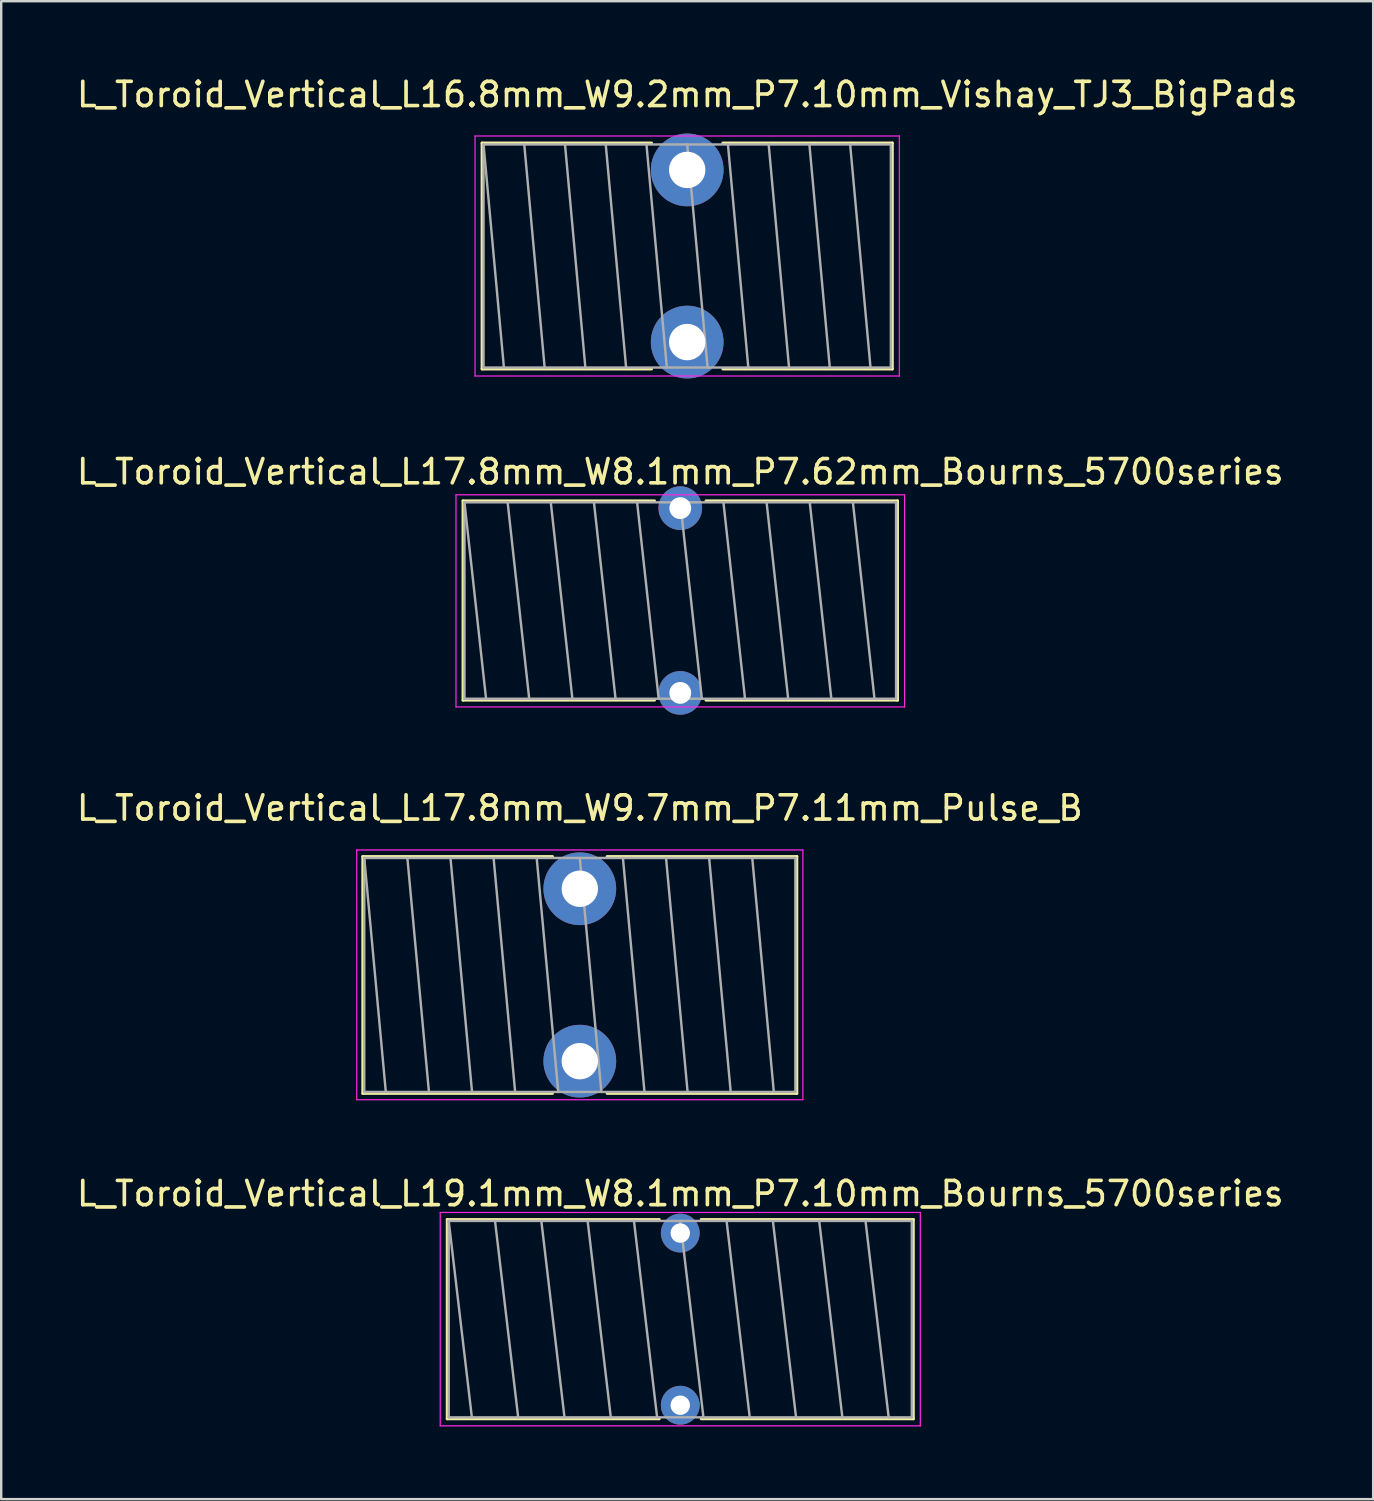
<source format=kicad_pcb>
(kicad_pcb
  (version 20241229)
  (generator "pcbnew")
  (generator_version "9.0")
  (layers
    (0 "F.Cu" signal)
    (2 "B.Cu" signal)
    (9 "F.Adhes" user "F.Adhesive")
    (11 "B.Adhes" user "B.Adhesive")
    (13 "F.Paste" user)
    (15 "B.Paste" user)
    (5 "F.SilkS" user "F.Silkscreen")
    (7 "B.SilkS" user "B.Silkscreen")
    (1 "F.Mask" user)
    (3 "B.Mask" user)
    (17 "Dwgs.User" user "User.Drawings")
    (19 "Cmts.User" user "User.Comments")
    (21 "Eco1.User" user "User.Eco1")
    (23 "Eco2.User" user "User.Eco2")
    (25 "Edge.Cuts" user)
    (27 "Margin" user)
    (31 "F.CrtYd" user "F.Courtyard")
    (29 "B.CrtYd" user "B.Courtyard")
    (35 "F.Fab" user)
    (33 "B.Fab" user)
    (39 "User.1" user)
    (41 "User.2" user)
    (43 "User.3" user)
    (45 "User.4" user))
  (footprint "L_Toroid_Vertical_L17.8mm_W9.7mm_P7.11mm_Pulse_B"
    (layer "F.Cu")
    (at 20.863 33.605)
    (property "Reference" "L_Toroid_Vertical_L17.8mm_W9.7mm_P7.11mm_Pulse_B" (at 0 -3.33 0) (layer "F.SilkS") (effects (font (size 1 1) (thickness 0.15))))
    (attr through_hole)
    (fp_line (start -8.95 -1.33) (end -8.95 8.44) (stroke (width 0.12) (type solid)) (layer "F.SilkS"))
    (fp_line (start -8.95 -1.33) (end -1.127 -1.33) (stroke (width 0.12) (type solid)) (layer "F.SilkS"))
    (fp_line (start -8.95 8.44) (end -1.127 8.44) (stroke (width 0.12) (type solid)) (layer "F.SilkS"))
    (fp_line (start 1.127 -1.33) (end 8.95 -1.33) (stroke (width 0.12) (type solid)) (layer "F.SilkS"))
    (fp_line (start 1.127 8.44) (end 8.95 8.44) (stroke (width 0.12) (type solid)) (layer "F.SilkS"))
    (fp_line (start 8.95 -1.33) (end 8.95 8.44) (stroke (width 0.12) (type solid)) (layer "F.SilkS"))
    (fp_line (start -9.2 -1.6) (end -9.2 8.7) (stroke (width 0.05) (type solid)) (layer "F.CrtYd"))
    (fp_line (start -9.2 8.7) (end 9.2 8.7) (stroke (width 0.05) (type solid)) (layer "F.CrtYd"))
    (fp_line (start 9.2 -1.6) (end -9.2 -1.6) (stroke (width 0.05) (type solid)) (layer "F.CrtYd"))
    (fp_line (start 9.2 8.7) (end 9.2 -1.6) (stroke (width 0.05) (type solid)) (layer "F.CrtYd"))
    (fp_line (start -8.89 -1.27) (end -8.89 8.38) (stroke (width 0.1) (type solid)) (layer "F.Fab"))
    (fp_line (start -8.89 -1.27) (end -8.001 8.38) (stroke (width 0.1) (type solid)) (layer "F.Fab"))
    (fp_line (start -8.89 8.38) (end 8.89 8.38) (stroke (width 0.1) (type solid)) (layer "F.Fab"))
    (fp_line (start -7.112 -1.27) (end -6.223 8.38) (stroke (width 0.1) (type solid)) (layer "F.Fab"))
    (fp_line (start -5.334 -1.27) (end -4.445 8.38) (stroke (width 0.1) (type solid)) (layer "F.Fab"))
    (fp_line (start -3.556 -1.27) (end -2.667 8.38) (stroke (width 0.1) (type solid)) (layer "F.Fab"))
    (fp_line (start -1.778 -1.27) (end -0.889 8.38) (stroke (width 0.1) (type solid)) (layer "F.Fab"))
    (fp_line (start 0 -1.27) (end 0.889 8.38) (stroke (width 0.1) (type solid)) (layer "F.Fab"))
    (fp_line (start 1.778 -1.27) (end 2.667 8.38) (stroke (width 0.1) (type solid)) (layer "F.Fab"))
    (fp_line (start 3.556 -1.27) (end 4.445 8.38) (stroke (width 0.1) (type solid)) (layer "F.Fab"))
    (fp_line (start 5.334 -1.27) (end 6.223 8.38) (stroke (width 0.1) (type solid)) (layer "F.Fab"))
    (fp_line (start 7.112 -1.27) (end 8.001 8.38) (stroke (width 0.1) (type solid)) (layer "F.Fab"))
    (fp_line (start 8.89 -1.27) (end -8.89 -1.27) (stroke (width 0.1) (type solid)) (layer "F.Fab"))
    (fp_line (start 8.89 8.38) (end 8.89 -1.27) (stroke (width 0.1) (type solid)) (layer "F.Fab"))
    (pad "1" thru_hole circle (at 0 0) (size 3 3) (drill 1.5) (layers "*.Cu" "*.Mask"))
    (pad "2" thru_hole circle (at 0 7.11) (size 3 3) (drill 1.5) (layers "*.Cu" "*.Mask")))
  (footprint "L_Toroid_Vertical_L19.1mm_W8.1mm_P7.10mm_Bourns_5700series"
    (layer "F.Cu")
    (at 25.006 47.805)
    (property "Reference" "L_Toroid_Vertical_L19.1mm_W8.1mm_P7.10mm_Bourns_5700series" (at 0 -1.627 0) (layer "F.SilkS") (effects (font (size 1 1) (thickness 0.15))))
    (attr through_hole)
    (fp_line (start -9.611 -0.56) (end -9.611 7.66) (stroke (width 0.12) (type solid)) (layer "F.SilkS"))
    (fp_line (start -9.611 -0.56) (end -0.864 -0.56) (stroke (width 0.12) (type solid)) (layer "F.SilkS"))
    (fp_line (start -9.611 7.66) (end -0.864 7.66) (stroke (width 0.12) (type solid)) (layer "F.SilkS"))
    (fp_line (start 0.864 -0.56) (end 9.611 -0.56) (stroke (width 0.12) (type solid)) (layer "F.SilkS"))
    (fp_line (start 0.864 7.66) (end 9.611 7.66) (stroke (width 0.12) (type solid)) (layer "F.SilkS"))
    (fp_line (start 9.611 -0.56) (end 9.611 7.66) (stroke (width 0.12) (type solid)) (layer "F.SilkS"))
    (fp_line (start -9.9 -0.85) (end -9.9 7.95) (stroke (width 0.05) (type solid)) (layer "F.CrtYd"))
    (fp_line (start -9.9 7.95) (end 9.9 7.95) (stroke (width 0.05) (type solid)) (layer "F.CrtYd"))
    (fp_line (start 9.9 -0.85) (end -9.9 -0.85) (stroke (width 0.05) (type solid)) (layer "F.CrtYd"))
    (fp_line (start 9.9 7.95) (end 9.9 -0.85) (stroke (width 0.05) (type solid)) (layer "F.CrtYd"))
    (fp_line (start -9.55 -0.5) (end -9.55 7.6) (stroke (width 0.1) (type solid)) (layer "F.Fab"))
    (fp_line (start -9.55 -0.5) (end -8.595 7.6) (stroke (width 0.1) (type solid)) (layer "F.Fab"))
    (fp_line (start -9.55 7.6) (end 9.55 7.6) (stroke (width 0.1) (type solid)) (layer "F.Fab"))
    (fp_line (start -7.64 -0.5) (end -6.685 7.6) (stroke (width 0.1) (type solid)) (layer "F.Fab"))
    (fp_line (start -5.73 -0.5) (end -4.775 7.6) (stroke (width 0.1) (type solid)) (layer "F.Fab"))
    (fp_line (start -3.82 -0.5) (end -2.865 7.6) (stroke (width 0.1) (type solid)) (layer "F.Fab"))
    (fp_line (start -1.91 -0.5) (end -0.955 7.6) (stroke (width 0.1) (type solid)) (layer "F.Fab"))
    (fp_line (start 0 -0.5) (end 0.955 7.6) (stroke (width 0.1) (type solid)) (layer "F.Fab"))
    (fp_line (start 1.91 -0.5) (end 2.865 7.6) (stroke (width 0.1) (type solid)) (layer "F.Fab"))
    (fp_line (start 3.82 -0.5) (end 4.775 7.6) (stroke (width 0.1) (type solid)) (layer "F.Fab"))
    (fp_line (start 5.73 -0.5) (end 6.685 7.6) (stroke (width 0.1) (type solid)) (layer "F.Fab"))
    (fp_line (start 7.64 -0.5) (end 8.595 7.6) (stroke (width 0.1) (type solid)) (layer "F.Fab"))
    (fp_line (start 9.55 -0.5) (end -9.55 -0.5) (stroke (width 0.1) (type solid)) (layer "F.Fab"))
    (fp_line (start 9.55 7.6) (end 9.55 -0.5) (stroke (width 0.1) (type solid)) (layer "F.Fab"))
    (pad "1" thru_hole circle (at 0 0) (size 1.6 1.6) (drill 0.8) (layers "*.Cu" "*.Mask"))
    (pad "2" thru_hole circle (at 0 7.1) (size 1.6 1.6) (drill 0.8) (layers "*.Cu" "*.Mask")))
  (footprint "L_Toroid_Vertical_L17.8mm_W8.1mm_P7.62mm_Bourns_5700series"
    (layer "F.Cu")
    (at 25.006 17.907)
    (property "Reference" "L_Toroid_Vertical_L17.8mm_W8.1mm_P7.62mm_Bourns_5700series" (at 0 -1.5 0) (layer "F.SilkS") (effects (font (size 1 1) (thickness 0.15))))
    (attr through_hole)
    (fp_line (start -8.96 -0.3) (end -8.96 7.92) (stroke (width 0.12) (type solid)) (layer "F.SilkS"))
    (fp_line (start -8.96 -0.3) (end -1.061 -0.3) (stroke (width 0.12) (type solid)) (layer "F.SilkS"))
    (fp_line (start -8.96 7.92) (end -1.061 7.92) (stroke (width 0.12) (type solid)) (layer "F.SilkS"))
    (fp_line (start 1.061 -0.3) (end 8.96 -0.3) (stroke (width 0.12) (type solid)) (layer "F.SilkS"))
    (fp_line (start 1.061 7.92) (end 8.96 7.92) (stroke (width 0.12) (type solid)) (layer "F.SilkS"))
    (fp_line (start 8.96 -0.3) (end 8.96 7.92) (stroke (width 0.12) (type solid)) (layer "F.SilkS"))
    (fp_line (start -9.25 -0.55) (end -9.25 8.2) (stroke (width 0.05) (type solid)) (layer "F.CrtYd"))
    (fp_line (start -9.25 8.2) (end 9.25 8.2) (stroke (width 0.05) (type solid)) (layer "F.CrtYd"))
    (fp_line (start 9.25 -0.55) (end -9.25 -0.55) (stroke (width 0.05) (type solid)) (layer "F.CrtYd"))
    (fp_line (start 9.25 8.2) (end 9.25 -0.55) (stroke (width 0.05) (type solid)) (layer "F.CrtYd"))
    (fp_line (start -8.9 -0.24) (end -8.9 7.86) (stroke (width 0.1) (type solid)) (layer "F.Fab"))
    (fp_line (start -8.9 -0.24) (end -8.01 7.86) (stroke (width 0.1) (type solid)) (layer "F.Fab"))
    (fp_line (start -8.9 7.86) (end 8.9 7.86) (stroke (width 0.1) (type solid)) (layer "F.Fab"))
    (fp_line (start -7.12 -0.24) (end -6.23 7.86) (stroke (width 0.1) (type solid)) (layer "F.Fab"))
    (fp_line (start -5.34 -0.24) (end -4.45 7.86) (stroke (width 0.1) (type solid)) (layer "F.Fab"))
    (fp_line (start -3.56 -0.24) (end -2.67 7.86) (stroke (width 0.1) (type solid)) (layer "F.Fab"))
    (fp_line (start -1.78 -0.24) (end -0.89 7.86) (stroke (width 0.1) (type solid)) (layer "F.Fab"))
    (fp_line (start 0 -0.24) (end 0.89 7.86) (stroke (width 0.1) (type solid)) (layer "F.Fab"))
    (fp_line (start 1.78 -0.24) (end 2.67 7.86) (stroke (width 0.1) (type solid)) (layer "F.Fab"))
    (fp_line (start 3.56 -0.24) (end 4.45 7.86) (stroke (width 0.1) (type solid)) (layer "F.Fab"))
    (fp_line (start 5.34 -0.24) (end 6.23 7.86) (stroke (width 0.1) (type solid)) (layer "F.Fab"))
    (fp_line (start 7.12 -0.24) (end 8.01 7.86) (stroke (width 0.1) (type solid)) (layer "F.Fab"))
    (fp_line (start 8.9 -0.24) (end -8.9 -0.24) (stroke (width 0.1) (type solid)) (layer "F.Fab"))
    (fp_line (start 8.9 7.86) (end 8.9 -0.24) (stroke (width 0.1) (type solid)) (layer "F.Fab"))
    (pad "1" thru_hole circle (at 0 0) (size 1.8 1.8) (drill 0.9) (layers "*.Cu" "*.Mask"))
    (pad "2" thru_hole circle (at 0 7.62) (size 1.8 1.8) (drill 0.9) (layers "*.Cu" "*.Mask")))
  (footprint "L_Toroid_Vertical_L16.8mm_W9.2mm_P7.10mm_Vishay_TJ3_BigPads"
    (layer "F.Cu")
    (at 25.292 3.958)
    (property "Reference" "L_Toroid_Vertical_L16.8mm_W9.2mm_P7.10mm_Vishay_TJ3_BigPads" (at 0 -3.11 0) (layer "F.SilkS") (effects (font (size 1 1) (thickness 0.15))))
    (attr through_hole)
    (fp_line (start -8.46 -1.11) (end -8.46 8.21) (stroke (width 0.12) (type solid)) (layer "F.SilkS"))
    (fp_line (start -8.46 -1.11) (end -1.47 -1.11) (stroke (width 0.12) (type solid)) (layer "F.SilkS"))
    (fp_line (start -8.46 8.21) (end -1.47 8.21) (stroke (width 0.12) (type solid)) (layer "F.SilkS"))
    (fp_line (start 1.47 -1.11) (end 8.46 -1.11) (stroke (width 0.12) (type solid)) (layer "F.SilkS"))
    (fp_line (start 1.47 8.21) (end 8.46 8.21) (stroke (width 0.12) (type solid)) (layer "F.SilkS"))
    (fp_line (start 8.46 -1.11) (end 8.46 8.21) (stroke (width 0.12) (type solid)) (layer "F.SilkS"))
    (fp_line (start -8.75 -1.4) (end -8.75 8.5) (stroke (width 0.05) (type solid)) (layer "F.CrtYd"))
    (fp_line (start -8.75 8.5) (end 8.75 8.5) (stroke (width 0.05) (type solid)) (layer "F.CrtYd"))
    (fp_line (start 8.75 -1.4) (end -8.75 -1.4) (stroke (width 0.05) (type solid)) (layer "F.CrtYd"))
    (fp_line (start 8.75 8.5) (end 8.75 -1.4) (stroke (width 0.05) (type solid)) (layer "F.CrtYd"))
    (fp_line (start -8.4 -1.05) (end -8.4 8.15) (stroke (width 0.1) (type solid)) (layer "F.Fab"))
    (fp_line (start -8.4 -1.05) (end -7.56 8.15) (stroke (width 0.1) (type solid)) (layer "F.Fab"))
    (fp_line (start -8.4 8.15) (end 8.4 8.15) (stroke (width 0.1) (type solid)) (layer "F.Fab"))
    (fp_line (start -6.72 -1.05) (end -5.88 8.15) (stroke (width 0.1) (type solid)) (layer "F.Fab"))
    (fp_line (start -5.04 -1.05) (end -4.2 8.15) (stroke (width 0.1) (type solid)) (layer "F.Fab"))
    (fp_line (start -3.36 -1.05) (end -2.52 8.15) (stroke (width 0.1) (type solid)) (layer "F.Fab"))
    (fp_line (start -1.68 -1.05) (end -0.84 8.15) (stroke (width 0.1) (type solid)) (layer "F.Fab"))
    (fp_line (start 0 -1.05) (end 0.84 8.15) (stroke (width 0.1) (type solid)) (layer "F.Fab"))
    (fp_line (start 1.68 -1.05) (end 2.52 8.15) (stroke (width 0.1) (type solid)) (layer "F.Fab"))
    (fp_line (start 3.36 -1.05) (end 4.2 8.15) (stroke (width 0.1) (type solid)) (layer "F.Fab"))
    (fp_line (start 5.04 -1.05) (end 5.88 8.15) (stroke (width 0.1) (type solid)) (layer "F.Fab"))
    (fp_line (start 6.72 -1.05) (end 7.56 8.15) (stroke (width 0.1) (type solid)) (layer "F.Fab"))
    (fp_line (start 8.4 -1.05) (end -8.4 -1.05) (stroke (width 0.1) (type solid)) (layer "F.Fab"))
    (fp_line (start 8.4 8.15) (end 8.4 -1.05) (stroke (width 0.1) (type solid)) (layer "F.Fab"))
    (pad "1" thru_hole circle (at 0 0) (size 3 3) (drill 1.5) (layers "*.Cu" "*.Mask"))
    (pad "2" thru_hole circle (at 0 7.1) (size 3 3) (drill 1.5) (layers "*.Cu" "*.Mask")))
  (gr_rect
    (start -3 -3)
    (end 53.583 58.78)
    (stroke (width 0.1) (type default))
    (fill no)
    (layer "Edge.Cuts")))
</source>
